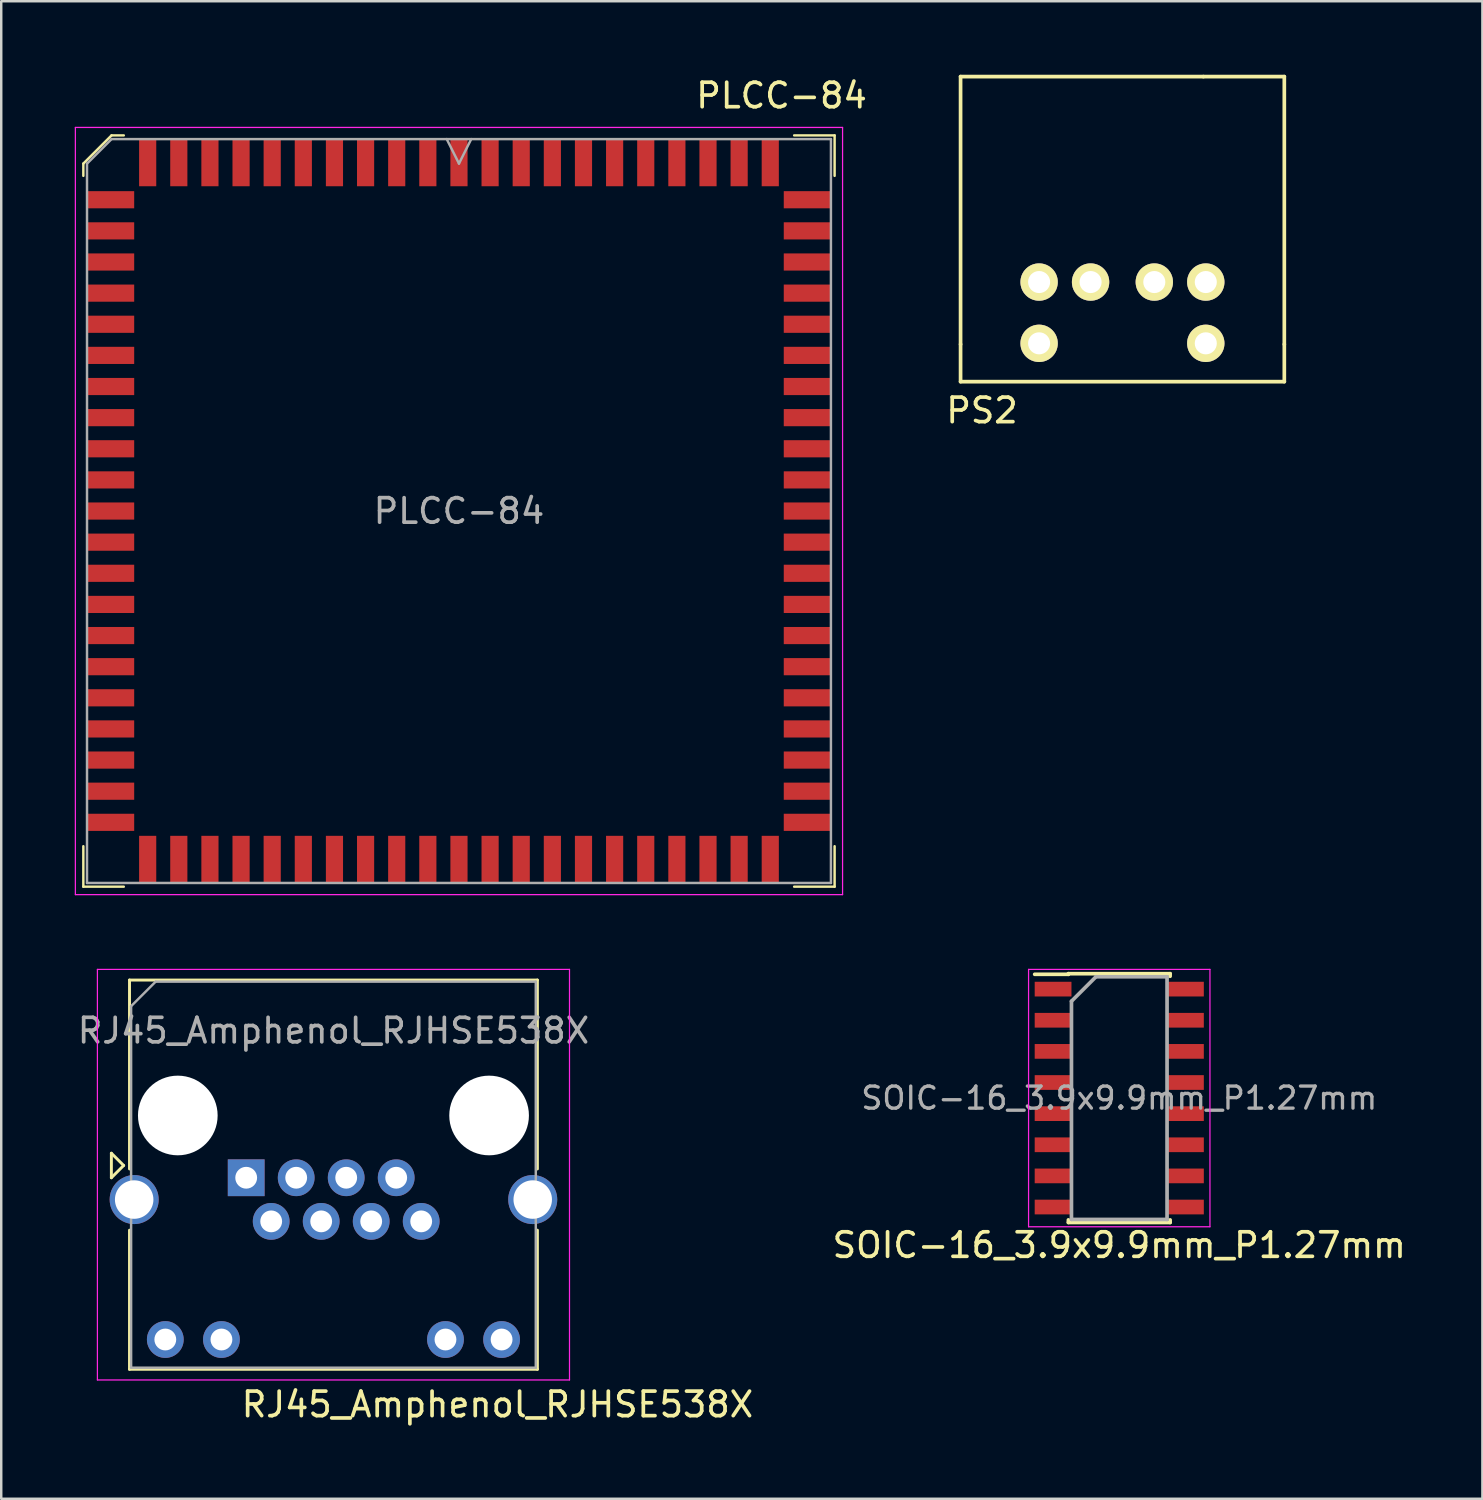
<source format=kicad_pcb>
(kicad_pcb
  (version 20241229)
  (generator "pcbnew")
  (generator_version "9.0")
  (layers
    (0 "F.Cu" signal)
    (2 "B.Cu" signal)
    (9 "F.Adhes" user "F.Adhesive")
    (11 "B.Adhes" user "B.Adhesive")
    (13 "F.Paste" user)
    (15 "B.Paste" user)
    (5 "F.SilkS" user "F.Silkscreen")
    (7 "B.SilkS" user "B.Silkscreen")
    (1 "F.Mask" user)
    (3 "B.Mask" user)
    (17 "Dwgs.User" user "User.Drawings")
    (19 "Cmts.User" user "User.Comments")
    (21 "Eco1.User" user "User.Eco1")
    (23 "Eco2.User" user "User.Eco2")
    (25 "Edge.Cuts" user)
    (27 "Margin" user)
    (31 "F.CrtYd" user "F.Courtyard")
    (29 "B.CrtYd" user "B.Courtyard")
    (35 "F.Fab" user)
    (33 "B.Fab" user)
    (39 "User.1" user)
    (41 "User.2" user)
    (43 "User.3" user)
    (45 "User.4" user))
  (footprint "PLCC-84"
    (layer "F.Cu")
    (at 15.675 17.799)
    (property "Reference" "PLCC-84" (at 13.16 -16.95 0) (layer "F.SilkS") (effects (font (size 1 1) (thickness 0.15))))
    (attr smd)
    (fp_line (start -15.325 -14.175) (end -15.325 -13.675) (stroke (width 0.1) (type solid)) (layer "F.SilkS"))
    (fp_line (start -15.325 15.325) (end -15.325 13.675) (stroke (width 0.1) (type solid)) (layer "F.SilkS"))
    (fp_line (start -14.175 -15.325) (end -15.325 -14.175) (stroke (width 0.1) (type solid)) (layer "F.SilkS"))
    (fp_line (start -13.675 -15.325) (end -14.175 -15.325) (stroke (width 0.1) (type solid)) (layer "F.SilkS"))
    (fp_line (start -13.675 15.325) (end -15.325 15.325) (stroke (width 0.1) (type solid)) (layer "F.SilkS"))
    (fp_line (start 13.675 -15.325) (end 15.325 -15.325) (stroke (width 0.1) (type solid)) (layer "F.SilkS"))
    (fp_line (start 13.675 15.325) (end 15.325 15.325) (stroke (width 0.1) (type solid)) (layer "F.SilkS"))
    (fp_line (start 15.325 -15.325) (end 15.325 -13.675) (stroke (width 0.1) (type solid)) (layer "F.SilkS"))
    (fp_line (start 15.325 15.325) (end 15.325 13.675) (stroke (width 0.1) (type solid)) (layer "F.SilkS"))
    (fp_line (start -15.65 -15.65) (end -15.65 15.65) (stroke (width 0.05) (type solid)) (layer "F.CrtYd"))
    (fp_line (start -15.65 15.65) (end 15.65 15.65) (stroke (width 0.05) (type solid)) (layer "F.CrtYd"))
    (fp_line (start 15.65 -15.65) (end -15.65 -15.65) (stroke (width 0.05) (type solid)) (layer "F.CrtYd"))
    (fp_line (start 15.65 15.65) (end 15.65 -15.65) (stroke (width 0.05) (type solid)) (layer "F.CrtYd"))
    (fp_line (start -15.175 -14.175) (end -15.175 15.175) (stroke (width 0.1) (type solid)) (layer "F.Fab"))
    (fp_line (start -15.175 15.175) (end 15.175 15.175) (stroke (width 0.1) (type solid)) (layer "F.Fab"))
    (fp_line (start -14.175 -15.175) (end -15.175 -14.175) (stroke (width 0.1) (type solid)) (layer "F.Fab"))
    (fp_line (start -0.5 -15.175) (end 0 -14.175) (stroke (width 0.1) (type solid)) (layer "F.Fab"))
    (fp_line (start 0 -14.175) (end 0.5 -15.175) (stroke (width 0.1) (type solid)) (layer "F.Fab"))
    (fp_line (start 15.175 -15.175) (end -14.175 -15.175) (stroke (width 0.1) (type solid)) (layer "F.Fab"))
    (fp_line (start 15.175 15.175) (end 15.175 -15.175) (stroke (width 0.1) (type solid)) (layer "F.Fab"))
    (fp_text user "${REFERENCE}" (at 0 0 0) (layer "F.Fab") (effects (font (size 1 1) (thickness 0.15))))
    (pad "1" smd rect (at 0 -14.213) (size 0.7 1.925) (layers "F.Cu" "F.Mask" "F.Paste"))
    (pad "2" smd rect (at -1.27 -14.213) (size 0.7 1.925) (layers "F.Cu" "F.Mask" "F.Paste"))
    (pad "3" smd rect (at -2.54 -14.213) (size 0.7 1.925) (layers "F.Cu" "F.Mask" "F.Paste"))
    (pad "4" smd rect (at -3.81 -14.213) (size 0.7 1.925) (layers "F.Cu" "F.Mask" "F.Paste"))
    (pad "5" smd rect (at -5.08 -14.213) (size 0.7 1.925) (layers "F.Cu" "F.Mask" "F.Paste"))
    (pad "6" smd rect (at -6.35 -14.213) (size 0.7 1.925) (layers "F.Cu" "F.Mask" "F.Paste"))
    (pad "7" smd rect (at -7.62 -14.213) (size 0.7 1.925) (layers "F.Cu" "F.Mask" "F.Paste"))
    (pad "8" smd rect (at -8.89 -14.213) (size 0.7 1.925) (layers "F.Cu" "F.Mask" "F.Paste"))
    (pad "9" smd rect (at -10.16 -14.213) (size 0.7 1.925) (layers "F.Cu" "F.Mask" "F.Paste"))
    (pad "10" smd rect (at -11.43 -14.213) (size 0.7 1.925) (layers "F.Cu" "F.Mask" "F.Paste"))
    (pad "11" smd rect (at -12.7 -14.213) (size 0.7 1.925) (layers "F.Cu" "F.Mask" "F.Paste"))
    (pad "12" smd rect (at -14.213 -12.7) (size 1.925 0.7) (layers "F.Cu" "F.Mask" "F.Paste"))
    (pad "13" smd rect (at -14.213 -11.43) (size 1.925 0.7) (layers "F.Cu" "F.Mask" "F.Paste"))
    (pad "14" smd rect (at -14.213 -10.16) (size 1.925 0.7) (layers "F.Cu" "F.Mask" "F.Paste"))
    (pad "15" smd rect (at -14.213 -8.89) (size 1.925 0.7) (layers "F.Cu" "F.Mask" "F.Paste"))
    (pad "16" smd rect (at -14.213 -7.62) (size 1.925 0.7) (layers "F.Cu" "F.Mask" "F.Paste"))
    (pad "17" smd rect (at -14.213 -6.35) (size 1.925 0.7) (layers "F.Cu" "F.Mask" "F.Paste"))
    (pad "18" smd rect (at -14.213 -5.08) (size 1.925 0.7) (layers "F.Cu" "F.Mask" "F.Paste"))
    (pad "19" smd rect (at -14.213 -3.81) (size 1.925 0.7) (layers "F.Cu" "F.Mask" "F.Paste"))
    (pad "20" smd rect (at -14.213 -2.54) (size 1.925 0.7) (layers "F.Cu" "F.Mask" "F.Paste"))
    (pad "21" smd rect (at -14.213 -1.27) (size 1.925 0.7) (layers "F.Cu" "F.Mask" "F.Paste"))
    (pad "22" smd rect (at -14.213 0) (size 1.925 0.7) (layers "F.Cu" "F.Mask" "F.Paste"))
    (pad "23" smd rect (at -14.213 1.27) (size 1.925 0.7) (layers "F.Cu" "F.Mask" "F.Paste"))
    (pad "24" smd rect (at -14.213 2.54) (size 1.925 0.7) (layers "F.Cu" "F.Mask" "F.Paste"))
    (pad "25" smd rect (at -14.213 3.81) (size 1.925 0.7) (layers "F.Cu" "F.Mask" "F.Paste"))
    (pad "26" smd rect (at -14.213 5.08) (size 1.925 0.7) (layers "F.Cu" "F.Mask" "F.Paste"))
    (pad "27" smd rect (at -14.213 6.35) (size 1.925 0.7) (layers "F.Cu" "F.Mask" "F.Paste"))
    (pad "28" smd rect (at -14.213 7.62) (size 1.925 0.7) (layers "F.Cu" "F.Mask" "F.Paste"))
    (pad "29" smd rect (at -14.213 8.89) (size 1.925 0.7) (layers "F.Cu" "F.Mask" "F.Paste"))
    (pad "30" smd rect (at -14.213 10.16) (size 1.925 0.7) (layers "F.Cu" "F.Mask" "F.Paste"))
    (pad "31" smd rect (at -14.213 11.43) (size 1.925 0.7) (layers "F.Cu" "F.Mask" "F.Paste"))
    (pad "32" smd rect (at -14.213 12.7) (size 1.925 0.7) (layers "F.Cu" "F.Mask" "F.Paste"))
    (pad "33" smd rect (at -12.7 14.213) (size 0.7 1.925) (layers "F.Cu" "F.Mask" "F.Paste"))
    (pad "34" smd rect (at -11.43 14.213) (size 0.7 1.925) (layers "F.Cu" "F.Mask" "F.Paste"))
    (pad "35" smd rect (at -10.16 14.213) (size 0.7 1.925) (layers "F.Cu" "F.Mask" "F.Paste"))
    (pad "36" smd rect (at -8.89 14.213) (size 0.7 1.925) (layers "F.Cu" "F.Mask" "F.Paste"))
    (pad "37" smd rect (at -7.62 14.213) (size 0.7 1.925) (layers "F.Cu" "F.Mask" "F.Paste"))
    (pad "38" smd rect (at -6.35 14.213) (size 0.7 1.925) (layers "F.Cu" "F.Mask" "F.Paste"))
    (pad "39" smd rect (at -5.08 14.213) (size 0.7 1.925) (layers "F.Cu" "F.Mask" "F.Paste"))
    (pad "40" smd rect (at -3.81 14.213) (size 0.7 1.925) (layers "F.Cu" "F.Mask" "F.Paste"))
    (pad "41" smd rect (at -2.54 14.213) (size 0.7 1.925) (layers "F.Cu" "F.Mask" "F.Paste"))
    (pad "42" smd rect (at -1.27 14.213) (size 0.7 1.925) (layers "F.Cu" "F.Mask" "F.Paste"))
    (pad "43" smd rect (at 0 14.213) (size 0.7 1.925) (layers "F.Cu" "F.Mask" "F.Paste"))
    (pad "44" smd rect (at 1.27 14.213) (size 0.7 1.925) (layers "F.Cu" "F.Mask" "F.Paste"))
    (pad "45" smd rect (at 2.54 14.213) (size 0.7 1.925) (layers "F.Cu" "F.Mask" "F.Paste"))
    (pad "46" smd rect (at 3.81 14.213) (size 0.7 1.925) (layers "F.Cu" "F.Mask" "F.Paste"))
    (pad "47" smd rect (at 5.08 14.213) (size 0.7 1.925) (layers "F.Cu" "F.Mask" "F.Paste"))
    (pad "48" smd rect (at 6.35 14.213) (size 0.7 1.925) (layers "F.Cu" "F.Mask" "F.Paste"))
    (pad "49" smd rect (at 7.62 14.213) (size 0.7 1.925) (layers "F.Cu" "F.Mask" "F.Paste"))
    (pad "50" smd rect (at 8.89 14.213) (size 0.7 1.925) (layers "F.Cu" "F.Mask" "F.Paste"))
    (pad "51" smd rect (at 10.16 14.213) (size 0.7 1.925) (layers "F.Cu" "F.Mask" "F.Paste"))
    (pad "52" smd rect (at 11.43 14.213) (size 0.7 1.925) (layers "F.Cu" "F.Mask" "F.Paste"))
    (pad "53" smd rect (at 12.7 14.213) (size 0.7 1.925) (layers "F.Cu" "F.Mask" "F.Paste"))
    (pad "54" smd rect (at 14.213 12.7) (size 1.925 0.7) (layers "F.Cu" "F.Mask" "F.Paste"))
    (pad "55" smd rect (at 14.213 11.43) (size 1.925 0.7) (layers "F.Cu" "F.Mask" "F.Paste"))
    (pad "56" smd rect (at 14.213 10.16) (size 1.925 0.7) (layers "F.Cu" "F.Mask" "F.Paste"))
    (pad "57" smd rect (at 14.213 8.89) (size 1.925 0.7) (layers "F.Cu" "F.Mask" "F.Paste"))
    (pad "58" smd rect (at 14.213 7.62) (size 1.925 0.7) (layers "F.Cu" "F.Mask" "F.Paste"))
    (pad "59" smd rect (at 14.213 6.35) (size 1.925 0.7) (layers "F.Cu" "F.Mask" "F.Paste"))
    (pad "60" smd rect (at 14.213 5.08) (size 1.925 0.7) (layers "F.Cu" "F.Mask" "F.Paste"))
    (pad "61" smd rect (at 14.213 3.81) (size 1.925 0.7) (layers "F.Cu" "F.Mask" "F.Paste"))
    (pad "62" smd rect (at 14.213 2.54) (size 1.925 0.7) (layers "F.Cu" "F.Mask" "F.Paste"))
    (pad "63" smd rect (at 14.213 1.27) (size 1.925 0.7) (layers "F.Cu" "F.Mask" "F.Paste"))
    (pad "64" smd rect (at 14.213 0) (size 1.925 0.7) (layers "F.Cu" "F.Mask" "F.Paste"))
    (pad "65" smd rect (at 14.213 -1.27) (size 1.925 0.7) (layers "F.Cu" "F.Mask" "F.Paste"))
    (pad "66" smd rect (at 14.213 -2.54) (size 1.925 0.7) (layers "F.Cu" "F.Mask" "F.Paste"))
    (pad "67" smd rect (at 14.213 -3.81) (size 1.925 0.7) (layers "F.Cu" "F.Mask" "F.Paste"))
    (pad "68" smd rect (at 14.213 -5.08) (size 1.925 0.7) (layers "F.Cu" "F.Mask" "F.Paste"))
    (pad "69" smd rect (at 14.213 -6.35) (size 1.925 0.7) (layers "F.Cu" "F.Mask" "F.Paste"))
    (pad "70" smd rect (at 14.213 -7.62) (size 1.925 0.7) (layers "F.Cu" "F.Mask" "F.Paste"))
    (pad "71" smd rect (at 14.213 -8.89) (size 1.925 0.7) (layers "F.Cu" "F.Mask" "F.Paste"))
    (pad "72" smd rect (at 14.213 -10.16) (size 1.925 0.7) (layers "F.Cu" "F.Mask" "F.Paste"))
    (pad "73" smd rect (at 14.213 -11.43) (size 1.925 0.7) (layers "F.Cu" "F.Mask" "F.Paste"))
    (pad "74" smd rect (at 14.213 -12.7) (size 1.925 0.7) (layers "F.Cu" "F.Mask" "F.Paste"))
    (pad "75" smd rect (at 12.7 -14.213) (size 0.7 1.925) (layers "F.Cu" "F.Mask" "F.Paste"))
    (pad "76" smd rect (at 11.43 -14.213) (size 0.7 1.925) (layers "F.Cu" "F.Mask" "F.Paste"))
    (pad "77" smd rect (at 10.16 -14.213) (size 0.7 1.925) (layers "F.Cu" "F.Mask" "F.Paste"))
    (pad "78" smd rect (at 8.89 -14.213) (size 0.7 1.925) (layers "F.Cu" "F.Mask" "F.Paste"))
    (pad "79" smd rect (at 7.62 -14.213) (size 0.7 1.925) (layers "F.Cu" "F.Mask" "F.Paste"))
    (pad "80" smd rect (at 6.35 -14.213) (size 0.7 1.925) (layers "F.Cu" "F.Mask" "F.Paste"))
    (pad "81" smd rect (at 5.08 -14.213) (size 0.7 1.925) (layers "F.Cu" "F.Mask" "F.Paste"))
    (pad "82" smd rect (at 3.81 -14.213) (size 0.7 1.925) (layers "F.Cu" "F.Mask" "F.Paste"))
    (pad "83" smd rect (at 2.54 -14.213) (size 0.7 1.925) (layers "F.Cu" "F.Mask" "F.Paste"))
    (pad "84" smd rect (at 1.27 -14.213) (size 0.7 1.925) (layers "F.Cu" "F.Mask" "F.Paste")))
  (footprint "PS2"
    (layer "F.Cu")
    (at 42.743 8.457)
    (property "Reference" "PS2" (at -5.73 5.24 0) (layer "F.SilkS") (effects (font (size 1 1) (thickness 0.15))))
    (attr through_hole)
    (fp_line (start -6.604 -8.382) (end 3.302 -8.382) (stroke (width 0.15) (type solid)) (layer "F.SilkS"))
    (fp_line (start -6.604 2.54) (end -6.604 -8.382) (stroke (width 0.15) (type solid)) (layer "F.SilkS"))
    (fp_line (start -6.604 4.064) (end -6.604 2.54) (stroke (width 0.15) (type solid)) (layer "F.SilkS"))
    (fp_line (start 3.302 -8.382) (end 6.604 -8.382) (stroke (width 0.15) (type solid)) (layer "F.SilkS"))
    (fp_line (start 6.604 -8.382) (end 6.604 2.54) (stroke (width 0.15) (type solid)) (layer "F.SilkS"))
    (fp_line (start 6.604 2.54) (end 6.604 4.064) (stroke (width 0.15) (type solid)) (layer "F.SilkS"))
    (fp_line (start 6.604 4.064) (end -6.604 4.064) (stroke (width 0.15) (type solid)) (layer "F.SilkS"))
    (pad "1" thru_hole circle (at -1.3 0) (size 1.524 1.524) (drill 0.9) (layers "*.Cu" "*.Mask" "F.SilkS"))
    (pad "2" thru_hole circle (at 1.3 0) (size 1.524 1.524) (drill 0.9) (layers "*.Cu" "*.Mask" "F.SilkS"))
    (pad "3" thru_hole circle (at -3.4 0) (size 1.524 1.524) (drill 0.9) (layers "*.Cu" "*.Mask" "F.SilkS"))
    (pad "4" thru_hole circle (at 3.4 0) (size 1.524 1.524) (drill 0.9) (layers "*.Cu" "*.Mask" "F.SilkS"))
    (pad "5" thru_hole circle (at -3.4 2.5) (size 1.524 1.524) (drill 0.9) (layers "*.Cu" "*.Mask" "F.SilkS"))
    (pad "6" thru_hole circle (at 3.4 2.5) (size 1.524 1.524) (drill 0.9) (layers "*.Cu" "*.Mask" "F.SilkS")))
  (footprint "SOIC-16_3.9x9.9mm_P1.27mm"
    (layer "F.Cu")
    (at 42.613 41.749)
    (property "Reference" "SOIC-16_3.9x9.9mm_P1.27mm" (at 0 6 0) (layer "F.SilkS") (effects (font (size 1 1) (thickness 0.15))))
    (attr smd)
    (fp_line (start -2.075 -5.075) (end -2.075 -5.05) (stroke (width 0.15) (type solid)) (layer "F.SilkS"))
    (fp_line (start -2.075 -5.075) (end 2.075 -5.075) (stroke (width 0.15) (type solid)) (layer "F.SilkS"))
    (fp_line (start -2.075 -5.05) (end -3.45 -5.05) (stroke (width 0.15) (type solid)) (layer "F.SilkS"))
    (fp_line (start -2.075 5.075) (end -2.075 4.97) (stroke (width 0.15) (type solid)) (layer "F.SilkS"))
    (fp_line (start -2.075 5.075) (end 2.075 5.075) (stroke (width 0.15) (type solid)) (layer "F.SilkS"))
    (fp_line (start 2.075 -5.075) (end 2.075 -4.97) (stroke (width 0.15) (type solid)) (layer "F.SilkS"))
    (fp_line (start 2.075 5.075) (end 2.075 4.97) (stroke (width 0.15) (type solid)) (layer "F.SilkS"))
    (fp_line (start -3.7 -5.25) (end -3.7 5.25) (stroke (width 0.05) (type solid)) (layer "F.CrtYd"))
    (fp_line (start -3.7 -5.25) (end 3.7 -5.25) (stroke (width 0.05) (type solid)) (layer "F.CrtYd"))
    (fp_line (start -3.7 5.25) (end 3.7 5.25) (stroke (width 0.05) (type solid)) (layer "F.CrtYd"))
    (fp_line (start 3.7 -5.25) (end 3.7 5.25) (stroke (width 0.05) (type solid)) (layer "F.CrtYd"))
    (fp_line (start -1.95 -3.95) (end -0.95 -4.95) (stroke (width 0.15) (type solid)) (layer "F.Fab"))
    (fp_line (start -1.95 4.95) (end -1.95 -3.95) (stroke (width 0.15) (type solid)) (layer "F.Fab"))
    (fp_line (start -0.95 -4.95) (end 1.95 -4.95) (stroke (width 0.15) (type solid)) (layer "F.Fab"))
    (fp_line (start 1.95 -4.95) (end 1.95 4.95) (stroke (width 0.15) (type solid)) (layer "F.Fab"))
    (fp_line (start 1.95 4.95) (end -1.95 4.95) (stroke (width 0.15) (type solid)) (layer "F.Fab"))
    (fp_text user "${REFERENCE}" (at 0 0 0) (layer "F.Fab") (effects (font (size 0.9 0.9) (thickness 0.135))))
    (pad "1" smd rect (at -2.7 -4.445) (size 1.5 0.6) (layers "F.Cu" "F.Mask" "F.Paste"))
    (pad "2" smd rect (at -2.7 -3.175) (size 1.5 0.6) (layers "F.Cu" "F.Mask" "F.Paste"))
    (pad "3" smd rect (at -2.7 -1.905) (size 1.5 0.6) (layers "F.Cu" "F.Mask" "F.Paste"))
    (pad "4" smd rect (at -2.7 -0.635) (size 1.5 0.6) (layers "F.Cu" "F.Mask" "F.Paste"))
    (pad "5" smd rect (at -2.7 0.635) (size 1.5 0.6) (layers "F.Cu" "F.Mask" "F.Paste"))
    (pad "6" smd rect (at -2.7 1.905) (size 1.5 0.6) (layers "F.Cu" "F.Mask" "F.Paste"))
    (pad "7" smd rect (at -2.7 3.175) (size 1.5 0.6) (layers "F.Cu" "F.Mask" "F.Paste"))
    (pad "8" smd rect (at -2.7 4.445) (size 1.5 0.6) (layers "F.Cu" "F.Mask" "F.Paste"))
    (pad "9" smd rect (at 2.7 4.445) (size 1.5 0.6) (layers "F.Cu" "F.Mask" "F.Paste"))
    (pad "10" smd rect (at 2.7 3.175) (size 1.5 0.6) (layers "F.Cu" "F.Mask" "F.Paste"))
    (pad "11" smd rect (at 2.7 1.905) (size 1.5 0.6) (layers "F.Cu" "F.Mask" "F.Paste"))
    (pad "12" smd rect (at 2.7 0.635) (size 1.5 0.6) (layers "F.Cu" "F.Mask" "F.Paste"))
    (pad "13" smd rect (at 2.7 -0.635) (size 1.5 0.6) (layers "F.Cu" "F.Mask" "F.Paste"))
    (pad "14" smd rect (at 2.7 -1.905) (size 1.5 0.6) (layers "F.Cu" "F.Mask" "F.Paste"))
    (pad "15" smd rect (at 2.7 -3.175) (size 1.5 0.6) (layers "F.Cu" "F.Mask" "F.Paste"))
    (pad "16" smd rect (at 2.7 -4.445) (size 1.5 0.6) (layers "F.Cu" "F.Mask" "F.Paste")))
  (footprint "RJ45_Amphenol_RJHSE538X"
    (layer "F.Cu")
    (at 6.994 44.999)
    (property "Reference" "RJ45_Amphenol_RJHSE538X" (at 10.25 9.25 0) (layer "F.SilkS") (effects (font (size 1 1) (thickness 0.15))))
    (attr through_hole)
    (fp_line (start -5.5 -1) (end -5 -0.5) (stroke (width 0.12) (type solid)) (layer "F.SilkS"))
    (fp_line (start -5.5 0) (end -5.5 -1) (stroke (width 0.12) (type solid)) (layer "F.SilkS"))
    (fp_line (start -5 -0.5) (end -5.5 0) (stroke (width 0.12) (type solid)) (layer "F.SilkS"))
    (fp_line (start -4.76 -8.065) (end -4.76 -0.36) (stroke (width 0.12) (type solid)) (layer "F.SilkS"))
    (fp_line (start -4.76 -8.065) (end 11.88 -8.065) (stroke (width 0.12) (type solid)) (layer "F.SilkS"))
    (fp_line (start -4.76 7.815) (end -4.76 2.14) (stroke (width 0.12) (type solid)) (layer "F.SilkS"))
    (fp_line (start -4.76 7.815) (end 11.88 7.815) (stroke (width 0.12) (type solid)) (layer "F.SilkS"))
    (fp_line (start 11.88 -8.065) (end 11.88 -0.36) (stroke (width 0.12) (type solid)) (layer "F.SilkS"))
    (fp_line (start 11.88 7.815) (end 11.88 2.14) (stroke (width 0.12) (type solid)) (layer "F.SilkS"))
    (fp_line (start -6.07 -8.5) (end -6.07 8.25) (stroke (width 0.05) (type solid)) (layer "F.CrtYd"))
    (fp_line (start -6.07 -8.5) (end 13.19 -8.5) (stroke (width 0.05) (type solid)) (layer "F.CrtYd"))
    (fp_line (start -6.07 8.25) (end 13.19 8.25) (stroke (width 0.05) (type solid)) (layer "F.CrtYd"))
    (fp_line (start 13.19 -8.5) (end 13.19 8.25) (stroke (width 0.05) (type solid)) (layer "F.CrtYd"))
    (fp_line (start -4.695 -7) (end -4.695 7.75) (stroke (width 0.1) (type solid)) (layer "F.Fab"))
    (fp_line (start -4.695 -7) (end -3.695 -8) (stroke (width 0.1) (type solid)) (layer "F.Fab"))
    (fp_line (start -4.695 7.75) (end 11.815 7.75) (stroke (width 0.1) (type solid)) (layer "F.Fab"))
    (fp_line (start -3.695 -8) (end 11.815 -8) (stroke (width 0.1) (type solid)) (layer "F.Fab"))
    (fp_line (start 11.815 -8) (end 11.815 7.75) (stroke (width 0.1) (type solid)) (layer "F.Fab"))
    (fp_text user "${REFERENCE}" (at 3.56 -6 0) (layer "F.Fab") (effects (font (size 1 1) (thickness 0.15))))
    (pad "" np_thru_hole circle (at -2.79 -2.54) (size 3.25 3.25) (drill 3.25) (layers "*.Cu" "*.Mask"))
    (pad "" np_thru_hole circle (at 9.91 -2.54) (size 3.25 3.25) (drill 3.25) (layers "*.Cu" "*.Mask"))
    (pad "1" thru_hole rect (at 0 0) (size 1.5 1.5) (drill 0.89) (layers "*.Cu" "*.Mask"))
    (pad "2" thru_hole circle (at 1.02 1.78) (size 1.5 1.5) (drill 0.89) (layers "*.Cu" "*.Mask"))
    (pad "3" thru_hole circle (at 2.04 0) (size 1.5 1.5) (drill 0.89) (layers "*.Cu" "*.Mask"))
    (pad "4" thru_hole circle (at 3.06 1.78) (size 1.5 1.5) (drill 0.89) (layers "*.Cu" "*.Mask"))
    (pad "5" thru_hole circle (at 4.08 0) (size 1.5 1.5) (drill 0.89) (layers "*.Cu" "*.Mask"))
    (pad "6" thru_hole circle (at 5.1 1.78) (size 1.5 1.5) (drill 0.89) (layers "*.Cu" "*.Mask"))
    (pad "7" thru_hole circle (at 6.12 0) (size 1.5 1.5) (drill 0.89) (layers "*.Cu" "*.Mask"))
    (pad "8" thru_hole circle (at 7.14 1.78) (size 1.5 1.5) (drill 0.89) (layers "*.Cu" "*.Mask"))
    (pad "9" thru_hole circle (at -3.3 6.6) (size 1.5 1.5) (drill 0.89) (layers "*.Cu" "*.Mask"))
    (pad "10" thru_hole circle (at -1.01 6.6) (size 1.5 1.5) (drill 0.89) (layers "*.Cu" "*.Mask"))
    (pad "11" thru_hole circle (at 8.13 6.6) (size 1.5 1.5) (drill 0.89) (layers "*.Cu" "*.Mask"))
    (pad "12" thru_hole circle (at 10.42 6.6) (size 1.5 1.5) (drill 0.89) (layers "*.Cu" "*.Mask"))
    (pad "SH" thru_hole circle (at -4.57 0.89) (size 2 2) (drill 1.57) (layers "*.Cu" "*.Mask"))
    (pad "SH" thru_hole circle (at 11.69 0.89) (size 2 2) (drill 1.57) (layers "*.Cu" "*.Mask")))
  (gr_rect
    (start -3 -3)
    (end 57.428 58.097)
    (stroke (width 0.1) (type default))
    (fill no)
    (layer "Edge.Cuts")))
</source>
